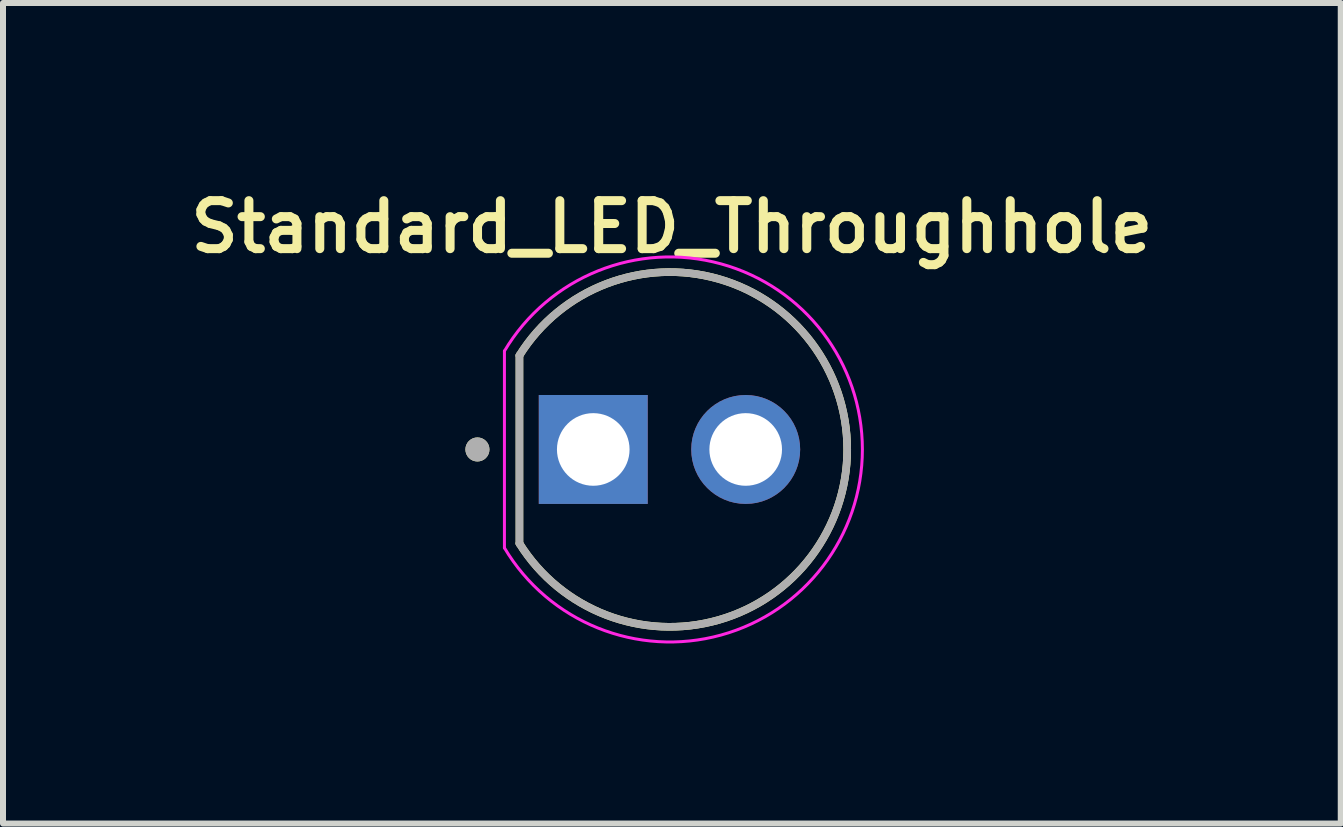
<source format=kicad_pcb>
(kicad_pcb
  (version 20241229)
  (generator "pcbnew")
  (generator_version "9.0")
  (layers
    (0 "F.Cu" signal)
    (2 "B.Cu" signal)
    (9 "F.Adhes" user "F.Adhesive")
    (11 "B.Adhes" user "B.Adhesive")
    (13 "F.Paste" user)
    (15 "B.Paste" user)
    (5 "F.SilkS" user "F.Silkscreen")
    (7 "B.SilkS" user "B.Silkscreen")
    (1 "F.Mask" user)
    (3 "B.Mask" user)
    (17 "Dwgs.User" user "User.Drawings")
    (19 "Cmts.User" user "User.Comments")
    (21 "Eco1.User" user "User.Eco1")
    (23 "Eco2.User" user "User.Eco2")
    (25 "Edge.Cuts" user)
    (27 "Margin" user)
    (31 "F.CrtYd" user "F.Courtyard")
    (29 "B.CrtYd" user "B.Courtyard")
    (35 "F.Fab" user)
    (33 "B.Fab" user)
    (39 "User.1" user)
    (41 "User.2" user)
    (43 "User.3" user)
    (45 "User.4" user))
  (footprint "Standard_LED_Throughhole"
    (layer "F.Cu")
    (at 8.105 4.439)
    (property "Reference" "Standard_LED_Throughhole" (at 0.04 -3.708 0) (layer "F.SilkS") (effects (font (size 0.8 0.8) (thickness 0.15))))
    (attr through_hole)
    (fp_line (start -2.5 -1.566) (end -2.5 1.566) (stroke (width 0.127) (type solid)) (layer "F.SilkS"))
    (fp_arc (start -2.5 -1.566) (mid 2.961291 0) (end -2.5 1.566) (stroke (width 0.127) (type solid)) (layer "F.SilkS"))
    (fp_circle (center -3.2 0) (end -3.1 0) (stroke (width 0.2) (type solid)) (fill no) (layer "F.SilkS"))
    (fp_line (start -2.75 -1.64) (end -2.75 1.64) (stroke (width 0.05) (type solid)) (layer "F.CrtYd"))
    (fp_arc (start -2.75 -1.64) (mid 3.214145 0) (end -2.75 1.64) (stroke (width 0.05) (type solid)) (layer "F.CrtYd"))
    (fp_line (start -2.5 -1.566) (end -2.5 1.566) (stroke (width 0.127) (type solid)) (layer "F.Fab"))
    (fp_arc (start -2.5 -1.566) (mid 2.961291 0) (end -2.5 1.566) (stroke (width 0.127) (type solid)) (layer "F.Fab"))
    (fp_circle (center -3.2 0) (end -3.1 0) (stroke (width 0.2) (type solid)) (fill no) (layer "F.Fab"))
    (pad "A" thru_hole circle (at 1.27 0) (size 1.815 1.815) (drill 1.21) (layers "*.Cu" "*.Mask"))
    (pad "C" thru_hole rect (at -1.27 0) (size 1.815 1.815) (drill 1.21) (layers "*.Cu" "*.Mask")))
  (gr_rect
    (start -3 -3)
    (end 19.29 10.672)
    (stroke (width 0.1) (type default))
    (fill no)
    (layer "Edge.Cuts")))
</source>
